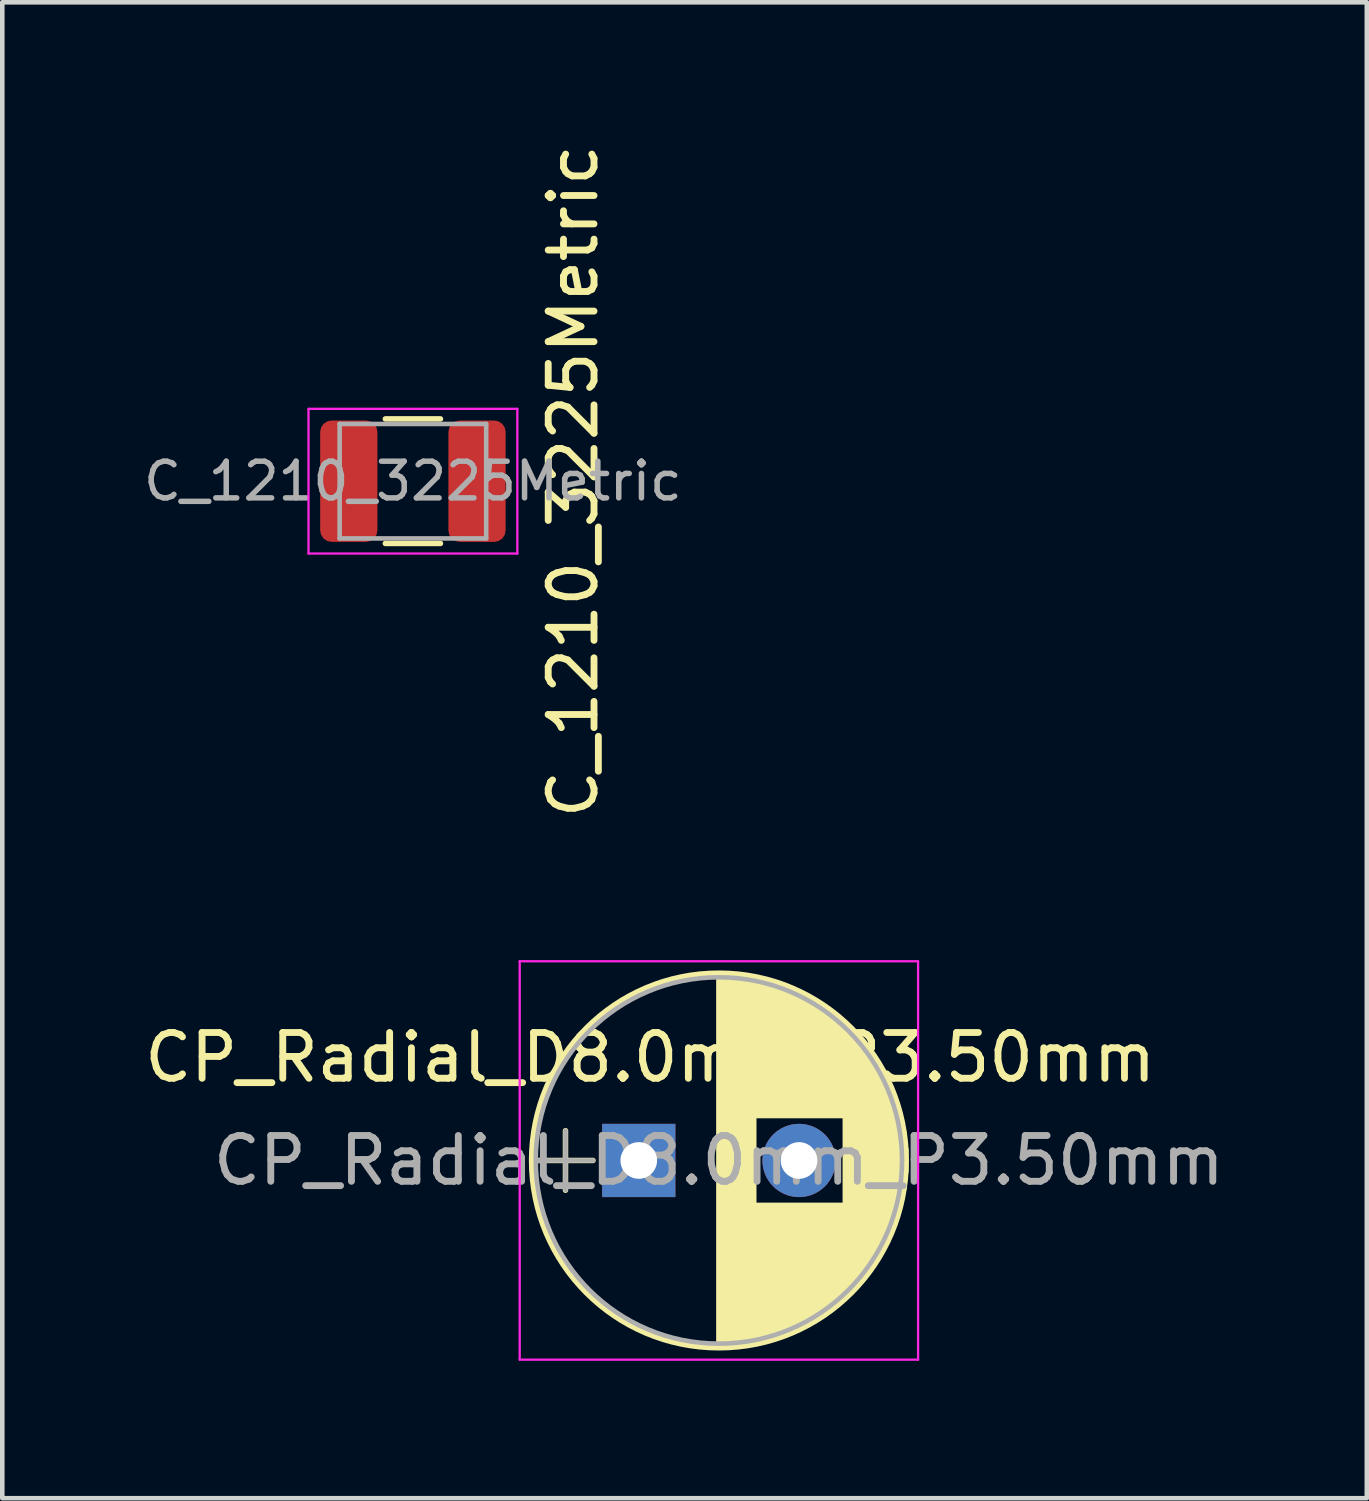
<source format=kicad_pcb>
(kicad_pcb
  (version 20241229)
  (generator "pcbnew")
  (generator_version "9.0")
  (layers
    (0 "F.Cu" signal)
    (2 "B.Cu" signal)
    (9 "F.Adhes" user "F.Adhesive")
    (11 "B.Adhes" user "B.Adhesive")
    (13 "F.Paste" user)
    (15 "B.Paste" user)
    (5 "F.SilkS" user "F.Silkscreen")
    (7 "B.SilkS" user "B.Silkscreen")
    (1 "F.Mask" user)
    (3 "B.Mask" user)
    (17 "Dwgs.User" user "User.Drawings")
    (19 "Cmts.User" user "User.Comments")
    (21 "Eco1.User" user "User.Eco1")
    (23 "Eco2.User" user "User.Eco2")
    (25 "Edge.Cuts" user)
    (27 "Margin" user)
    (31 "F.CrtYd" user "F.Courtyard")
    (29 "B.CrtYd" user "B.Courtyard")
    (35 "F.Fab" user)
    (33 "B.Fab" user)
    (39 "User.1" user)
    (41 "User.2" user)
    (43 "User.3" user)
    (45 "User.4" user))
  (footprint "CP_Radial_D8.0mm_P3.50mm"
    (layer "F.Cu")
    (at 10.899 22.292)
    (property "Reference" "CP_Radial_D8.0mm_P3.50mm" (at 0.25 -2.25 0) (layer "F.SilkS") (effects (font (size 1 1) (thickness 0.15))))
    (attr through_hole)
    (fp_line (start -2.2 0) (end -1 0) (stroke (width 0.12) (type solid)) (layer "F.SilkS"))
    (fp_line (start -1.6 -0.65) (end -1.6 0.65) (stroke (width 0.12) (type solid)) (layer "F.SilkS"))
    (fp_line (start 1.75 -4.05) (end 1.75 4.05) (stroke (width 0.12) (type solid)) (layer "F.SilkS"))
    (fp_line (start 1.79 -4.05) (end 1.79 4.05) (stroke (width 0.12) (type solid)) (layer "F.SilkS"))
    (fp_line (start 1.83 -4.05) (end 1.83 4.05) (stroke (width 0.12) (type solid)) (layer "F.SilkS"))
    (fp_line (start 1.87 -4.049) (end 1.87 4.049) (stroke (width 0.12) (type solid)) (layer "F.SilkS"))
    (fp_line (start 1.91 -4.047) (end 1.91 4.047) (stroke (width 0.12) (type solid)) (layer "F.SilkS"))
    (fp_line (start 1.95 -4.046) (end 1.95 4.046) (stroke (width 0.12) (type solid)) (layer "F.SilkS"))
    (fp_line (start 1.99 -4.043) (end 1.99 4.043) (stroke (width 0.12) (type solid)) (layer "F.SilkS"))
    (fp_line (start 2.03 -4.041) (end 2.03 4.041) (stroke (width 0.12) (type solid)) (layer "F.SilkS"))
    (fp_line (start 2.07 -4.038) (end 2.07 4.038) (stroke (width 0.12) (type solid)) (layer "F.SilkS"))
    (fp_line (start 2.11 -4.035) (end 2.11 4.035) (stroke (width 0.12) (type solid)) (layer "F.SilkS"))
    (fp_line (start 2.15 -4.031) (end 2.15 4.031) (stroke (width 0.12) (type solid)) (layer "F.SilkS"))
    (fp_line (start 2.19 -4.027) (end 2.19 4.027) (stroke (width 0.12) (type solid)) (layer "F.SilkS"))
    (fp_line (start 2.23 -4.022) (end 2.23 4.022) (stroke (width 0.12) (type solid)) (layer "F.SilkS"))
    (fp_line (start 2.27 -4.017) (end 2.27 4.017) (stroke (width 0.12) (type solid)) (layer "F.SilkS"))
    (fp_line (start 2.31 -4.012) (end 2.31 4.012) (stroke (width 0.12) (type solid)) (layer "F.SilkS"))
    (fp_line (start 2.35 -4.006) (end 2.35 4.006) (stroke (width 0.12) (type solid)) (layer "F.SilkS"))
    (fp_line (start 2.39 -4) (end 2.39 4) (stroke (width 0.12) (type solid)) (layer "F.SilkS"))
    (fp_line (start 2.43 -3.994) (end 2.43 3.994) (stroke (width 0.12) (type solid)) (layer "F.SilkS"))
    (fp_line (start 2.471 -3.987) (end 2.471 3.987) (stroke (width 0.12) (type solid)) (layer "F.SilkS"))
    (fp_line (start 2.511 -3.979) (end 2.511 3.979) (stroke (width 0.12) (type solid)) (layer "F.SilkS"))
    (fp_line (start 2.551 -3.971) (end 2.551 -0.98) (stroke (width 0.12) (type solid)) (layer "F.SilkS"))
    (fp_line (start 2.551 0.98) (end 2.551 3.971) (stroke (width 0.12) (type solid)) (layer "F.SilkS"))
    (fp_line (start 2.591 -3.963) (end 2.591 -0.98) (stroke (width 0.12) (type solid)) (layer "F.SilkS"))
    (fp_line (start 2.591 0.98) (end 2.591 3.963) (stroke (width 0.12) (type solid)) (layer "F.SilkS"))
    (fp_line (start 2.631 -3.955) (end 2.631 -0.98) (stroke (width 0.12) (type solid)) (layer "F.SilkS"))
    (fp_line (start 2.631 0.98) (end 2.631 3.955) (stroke (width 0.12) (type solid)) (layer "F.SilkS"))
    (fp_line (start 2.671 -3.946) (end 2.671 -0.98) (stroke (width 0.12) (type solid)) (layer "F.SilkS"))
    (fp_line (start 2.671 0.98) (end 2.671 3.946) (stroke (width 0.12) (type solid)) (layer "F.SilkS"))
    (fp_line (start 2.711 -3.936) (end 2.711 -0.98) (stroke (width 0.12) (type solid)) (layer "F.SilkS"))
    (fp_line (start 2.711 0.98) (end 2.711 3.936) (stroke (width 0.12) (type solid)) (layer "F.SilkS"))
    (fp_line (start 2.751 -3.926) (end 2.751 -0.98) (stroke (width 0.12) (type solid)) (layer "F.SilkS"))
    (fp_line (start 2.751 0.98) (end 2.751 3.926) (stroke (width 0.12) (type solid)) (layer "F.SilkS"))
    (fp_line (start 2.791 -3.916) (end 2.791 -0.98) (stroke (width 0.12) (type solid)) (layer "F.SilkS"))
    (fp_line (start 2.791 0.98) (end 2.791 3.916) (stroke (width 0.12) (type solid)) (layer "F.SilkS"))
    (fp_line (start 2.831 -3.905) (end 2.831 -0.98) (stroke (width 0.12) (type solid)) (layer "F.SilkS"))
    (fp_line (start 2.831 0.98) (end 2.831 3.905) (stroke (width 0.12) (type solid)) (layer "F.SilkS"))
    (fp_line (start 2.871 -3.894) (end 2.871 -0.98) (stroke (width 0.12) (type solid)) (layer "F.SilkS"))
    (fp_line (start 2.871 0.98) (end 2.871 3.894) (stroke (width 0.12) (type solid)) (layer "F.SilkS"))
    (fp_line (start 2.911 -3.883) (end 2.911 -0.98) (stroke (width 0.12) (type solid)) (layer "F.SilkS"))
    (fp_line (start 2.911 0.98) (end 2.911 3.883) (stroke (width 0.12) (type solid)) (layer "F.SilkS"))
    (fp_line (start 2.951 -3.87) (end 2.951 -0.98) (stroke (width 0.12) (type solid)) (layer "F.SilkS"))
    (fp_line (start 2.951 0.98) (end 2.951 3.87) (stroke (width 0.12) (type solid)) (layer "F.SilkS"))
    (fp_line (start 2.991 -3.858) (end 2.991 -0.98) (stroke (width 0.12) (type solid)) (layer "F.SilkS"))
    (fp_line (start 2.991 0.98) (end 2.991 3.858) (stroke (width 0.12) (type solid)) (layer "F.SilkS"))
    (fp_line (start 3.031 -3.845) (end 3.031 -0.98) (stroke (width 0.12) (type solid)) (layer "F.SilkS"))
    (fp_line (start 3.031 0.98) (end 3.031 3.845) (stroke (width 0.12) (type solid)) (layer "F.SilkS"))
    (fp_line (start 3.071 -3.832) (end 3.071 -0.98) (stroke (width 0.12) (type solid)) (layer "F.SilkS"))
    (fp_line (start 3.071 0.98) (end 3.071 3.832) (stroke (width 0.12) (type solid)) (layer "F.SilkS"))
    (fp_line (start 3.111 -3.818) (end 3.111 -0.98) (stroke (width 0.12) (type solid)) (layer "F.SilkS"))
    (fp_line (start 3.111 0.98) (end 3.111 3.818) (stroke (width 0.12) (type solid)) (layer "F.SilkS"))
    (fp_line (start 3.151 -3.803) (end 3.151 -0.98) (stroke (width 0.12) (type solid)) (layer "F.SilkS"))
    (fp_line (start 3.151 0.98) (end 3.151 3.803) (stroke (width 0.12) (type solid)) (layer "F.SilkS"))
    (fp_line (start 3.191 -3.789) (end 3.191 -0.98) (stroke (width 0.12) (type solid)) (layer "F.SilkS"))
    (fp_line (start 3.191 0.98) (end 3.191 3.789) (stroke (width 0.12) (type solid)) (layer "F.SilkS"))
    (fp_line (start 3.231 -3.773) (end 3.231 -0.98) (stroke (width 0.12) (type solid)) (layer "F.SilkS"))
    (fp_line (start 3.231 0.98) (end 3.231 3.773) (stroke (width 0.12) (type solid)) (layer "F.SilkS"))
    (fp_line (start 3.271 -3.758) (end 3.271 -0.98) (stroke (width 0.12) (type solid)) (layer "F.SilkS"))
    (fp_line (start 3.271 0.98) (end 3.271 3.758) (stroke (width 0.12) (type solid)) (layer "F.SilkS"))
    (fp_line (start 3.311 -3.741) (end 3.311 -0.98) (stroke (width 0.12) (type solid)) (layer "F.SilkS"))
    (fp_line (start 3.311 0.98) (end 3.311 3.741) (stroke (width 0.12) (type solid)) (layer "F.SilkS"))
    (fp_line (start 3.351 -3.725) (end 3.351 -0.98) (stroke (width 0.12) (type solid)) (layer "F.SilkS"))
    (fp_line (start 3.351 0.98) (end 3.351 3.725) (stroke (width 0.12) (type solid)) (layer "F.SilkS"))
    (fp_line (start 3.391 -3.707) (end 3.391 -0.98) (stroke (width 0.12) (type solid)) (layer "F.SilkS"))
    (fp_line (start 3.391 0.98) (end 3.391 3.707) (stroke (width 0.12) (type solid)) (layer "F.SilkS"))
    (fp_line (start 3.431 -3.69) (end 3.431 -0.98) (stroke (width 0.12) (type solid)) (layer "F.SilkS"))
    (fp_line (start 3.431 0.98) (end 3.431 3.69) (stroke (width 0.12) (type solid)) (layer "F.SilkS"))
    (fp_line (start 3.471 -3.671) (end 3.471 -0.98) (stroke (width 0.12) (type solid)) (layer "F.SilkS"))
    (fp_line (start 3.471 0.98) (end 3.471 3.671) (stroke (width 0.12) (type solid)) (layer "F.SilkS"))
    (fp_line (start 3.511 -3.652) (end 3.511 -0.98) (stroke (width 0.12) (type solid)) (layer "F.SilkS"))
    (fp_line (start 3.511 0.98) (end 3.511 3.652) (stroke (width 0.12) (type solid)) (layer "F.SilkS"))
    (fp_line (start 3.551 -3.633) (end 3.551 -0.98) (stroke (width 0.12) (type solid)) (layer "F.SilkS"))
    (fp_line (start 3.551 0.98) (end 3.551 3.633) (stroke (width 0.12) (type solid)) (layer "F.SilkS"))
    (fp_line (start 3.591 -3.613) (end 3.591 -0.98) (stroke (width 0.12) (type solid)) (layer "F.SilkS"))
    (fp_line (start 3.591 0.98) (end 3.591 3.613) (stroke (width 0.12) (type solid)) (layer "F.SilkS"))
    (fp_line (start 3.631 -3.593) (end 3.631 -0.98) (stroke (width 0.12) (type solid)) (layer "F.SilkS"))
    (fp_line (start 3.631 0.98) (end 3.631 3.593) (stroke (width 0.12) (type solid)) (layer "F.SilkS"))
    (fp_line (start 3.671 -3.572) (end 3.671 -0.98) (stroke (width 0.12) (type solid)) (layer "F.SilkS"))
    (fp_line (start 3.671 0.98) (end 3.671 3.572) (stroke (width 0.12) (type solid)) (layer "F.SilkS"))
    (fp_line (start 3.711 -3.55) (end 3.711 -0.98) (stroke (width 0.12) (type solid)) (layer "F.SilkS"))
    (fp_line (start 3.711 0.98) (end 3.711 3.55) (stroke (width 0.12) (type solid)) (layer "F.SilkS"))
    (fp_line (start 3.751 -3.528) (end 3.751 -0.98) (stroke (width 0.12) (type solid)) (layer "F.SilkS"))
    (fp_line (start 3.751 0.98) (end 3.751 3.528) (stroke (width 0.12) (type solid)) (layer "F.SilkS"))
    (fp_line (start 3.791 -3.505) (end 3.791 -0.98) (stroke (width 0.12) (type solid)) (layer "F.SilkS"))
    (fp_line (start 3.791 0.98) (end 3.791 3.505) (stroke (width 0.12) (type solid)) (layer "F.SilkS"))
    (fp_line (start 3.831 -3.482) (end 3.831 -0.98) (stroke (width 0.12) (type solid)) (layer "F.SilkS"))
    (fp_line (start 3.831 0.98) (end 3.831 3.482) (stroke (width 0.12) (type solid)) (layer "F.SilkS"))
    (fp_line (start 3.871 -3.458) (end 3.871 -0.98) (stroke (width 0.12) (type solid)) (layer "F.SilkS"))
    (fp_line (start 3.871 0.98) (end 3.871 3.458) (stroke (width 0.12) (type solid)) (layer "F.SilkS"))
    (fp_line (start 3.911 -3.434) (end 3.911 -0.98) (stroke (width 0.12) (type solid)) (layer "F.SilkS"))
    (fp_line (start 3.911 0.98) (end 3.911 3.434) (stroke (width 0.12) (type solid)) (layer "F.SilkS"))
    (fp_line (start 3.951 -3.408) (end 3.951 -0.98) (stroke (width 0.12) (type solid)) (layer "F.SilkS"))
    (fp_line (start 3.951 0.98) (end 3.951 3.408) (stroke (width 0.12) (type solid)) (layer "F.SilkS"))
    (fp_line (start 3.991 -3.383) (end 3.991 -0.98) (stroke (width 0.12) (type solid)) (layer "F.SilkS"))
    (fp_line (start 3.991 0.98) (end 3.991 3.383) (stroke (width 0.12) (type solid)) (layer "F.SilkS"))
    (fp_line (start 4.031 -3.356) (end 4.031 -0.98) (stroke (width 0.12) (type solid)) (layer "F.SilkS"))
    (fp_line (start 4.031 0.98) (end 4.031 3.356) (stroke (width 0.12) (type solid)) (layer "F.SilkS"))
    (fp_line (start 4.071 -3.329) (end 4.071 -0.98) (stroke (width 0.12) (type solid)) (layer "F.SilkS"))
    (fp_line (start 4.071 0.98) (end 4.071 3.329) (stroke (width 0.12) (type solid)) (layer "F.SilkS"))
    (fp_line (start 4.111 -3.301) (end 4.111 -0.98) (stroke (width 0.12) (type solid)) (layer "F.SilkS"))
    (fp_line (start 4.111 0.98) (end 4.111 3.301) (stroke (width 0.12) (type solid)) (layer "F.SilkS"))
    (fp_line (start 4.151 -3.272) (end 4.151 -0.98) (stroke (width 0.12) (type solid)) (layer "F.SilkS"))
    (fp_line (start 4.151 0.98) (end 4.151 3.272) (stroke (width 0.12) (type solid)) (layer "F.SilkS"))
    (fp_line (start 4.191 -3.243) (end 4.191 -0.98) (stroke (width 0.12) (type solid)) (layer "F.SilkS"))
    (fp_line (start 4.191 0.98) (end 4.191 3.243) (stroke (width 0.12) (type solid)) (layer "F.SilkS"))
    (fp_line (start 4.231 -3.213) (end 4.231 -0.98) (stroke (width 0.12) (type solid)) (layer "F.SilkS"))
    (fp_line (start 4.231 0.98) (end 4.231 3.213) (stroke (width 0.12) (type solid)) (layer "F.SilkS"))
    (fp_line (start 4.271 -3.182) (end 4.271 -0.98) (stroke (width 0.12) (type solid)) (layer "F.SilkS"))
    (fp_line (start 4.271 0.98) (end 4.271 3.182) (stroke (width 0.12) (type solid)) (layer "F.SilkS"))
    (fp_line (start 4.311 -3.15) (end 4.311 -0.98) (stroke (width 0.12) (type solid)) (layer "F.SilkS"))
    (fp_line (start 4.311 0.98) (end 4.311 3.15) (stroke (width 0.12) (type solid)) (layer "F.SilkS"))
    (fp_line (start 4.351 -3.118) (end 4.351 -0.98) (stroke (width 0.12) (type solid)) (layer "F.SilkS"))
    (fp_line (start 4.351 0.98) (end 4.351 3.118) (stroke (width 0.12) (type solid)) (layer "F.SilkS"))
    (fp_line (start 4.391 -3.084) (end 4.391 -0.98) (stroke (width 0.12) (type solid)) (layer "F.SilkS"))
    (fp_line (start 4.391 0.98) (end 4.391 3.084) (stroke (width 0.12) (type solid)) (layer "F.SilkS"))
    (fp_line (start 4.431 -3.05) (end 4.431 -0.98) (stroke (width 0.12) (type solid)) (layer "F.SilkS"))
    (fp_line (start 4.431 0.98) (end 4.431 3.05) (stroke (width 0.12) (type solid)) (layer "F.SilkS"))
    (fp_line (start 4.471 -3.015) (end 4.471 -0.98) (stroke (width 0.12) (type solid)) (layer "F.SilkS"))
    (fp_line (start 4.471 0.98) (end 4.471 3.015) (stroke (width 0.12) (type solid)) (layer "F.SilkS"))
    (fp_line (start 4.511 -2.979) (end 4.511 2.979) (stroke (width 0.12) (type solid)) (layer "F.SilkS"))
    (fp_line (start 4.551 -2.942) (end 4.551 2.942) (stroke (width 0.12) (type solid)) (layer "F.SilkS"))
    (fp_line (start 4.591 -2.904) (end 4.591 2.904) (stroke (width 0.12) (type solid)) (layer "F.SilkS"))
    (fp_line (start 4.631 -2.865) (end 4.631 2.865) (stroke (width 0.12) (type solid)) (layer "F.SilkS"))
    (fp_line (start 4.671 -2.824) (end 4.671 2.824) (stroke (width 0.12) (type solid)) (layer "F.SilkS"))
    (fp_line (start 4.711 -2.783) (end 4.711 2.783) (stroke (width 0.12) (type solid)) (layer "F.SilkS"))
    (fp_line (start 4.751 -2.74) (end 4.751 2.74) (stroke (width 0.12) (type solid)) (layer "F.SilkS"))
    (fp_line (start 4.791 -2.697) (end 4.791 2.697) (stroke (width 0.12) (type solid)) (layer "F.SilkS"))
    (fp_line (start 4.831 -2.652) (end 4.831 2.652) (stroke (width 0.12) (type solid)) (layer "F.SilkS"))
    (fp_line (start 4.871 -2.605) (end 4.871 2.605) (stroke (width 0.12) (type solid)) (layer "F.SilkS"))
    (fp_line (start 4.911 -2.557) (end 4.911 2.557) (stroke (width 0.12) (type solid)) (layer "F.SilkS"))
    (fp_line (start 4.951 -2.508) (end 4.951 2.508) (stroke (width 0.12) (type solid)) (layer "F.SilkS"))
    (fp_line (start 4.991 -2.457) (end 4.991 2.457) (stroke (width 0.12) (type solid)) (layer "F.SilkS"))
    (fp_line (start 5.031 -2.404) (end 5.031 2.404) (stroke (width 0.12) (type solid)) (layer "F.SilkS"))
    (fp_line (start 5.071 -2.349) (end 5.071 2.349) (stroke (width 0.12) (type solid)) (layer "F.SilkS"))
    (fp_line (start 5.111 -2.293) (end 5.111 2.293) (stroke (width 0.12) (type solid)) (layer "F.SilkS"))
    (fp_line (start 5.151 -2.234) (end 5.151 2.234) (stroke (width 0.12) (type solid)) (layer "F.SilkS"))
    (fp_line (start 5.191 -2.173) (end 5.191 2.173) (stroke (width 0.12) (type solid)) (layer "F.SilkS"))
    (fp_line (start 5.231 -2.109) (end 5.231 2.109) (stroke (width 0.12) (type solid)) (layer "F.SilkS"))
    (fp_line (start 5.271 -2.043) (end 5.271 2.043) (stroke (width 0.12) (type solid)) (layer "F.SilkS"))
    (fp_line (start 5.311 -1.974) (end 5.311 1.974) (stroke (width 0.12) (type solid)) (layer "F.SilkS"))
    (fp_line (start 5.351 -1.902) (end 5.351 1.902) (stroke (width 0.12) (type solid)) (layer "F.SilkS"))
    (fp_line (start 5.391 -1.826) (end 5.391 1.826) (stroke (width 0.12) (type solid)) (layer "F.SilkS"))
    (fp_line (start 5.431 -1.745) (end 5.431 1.745) (stroke (width 0.12) (type solid)) (layer "F.SilkS"))
    (fp_line (start 5.471 -1.66) (end 5.471 1.66) (stroke (width 0.12) (type solid)) (layer "F.SilkS"))
    (fp_line (start 5.511 -1.57) (end 5.511 1.57) (stroke (width 0.12) (type solid)) (layer "F.SilkS"))
    (fp_line (start 5.551 -1.473) (end 5.551 1.473) (stroke (width 0.12) (type solid)) (layer "F.SilkS"))
    (fp_line (start 5.591 -1.369) (end 5.591 1.369) (stroke (width 0.12) (type solid)) (layer "F.SilkS"))
    (fp_line (start 5.631 -1.254) (end 5.631 1.254) (stroke (width 0.12) (type solid)) (layer "F.SilkS"))
    (fp_line (start 5.671 -1.127) (end 5.671 1.127) (stroke (width 0.12) (type solid)) (layer "F.SilkS"))
    (fp_line (start 5.711 -0.983) (end 5.711 0.983) (stroke (width 0.12) (type solid)) (layer "F.SilkS"))
    (fp_line (start 5.751 -0.814) (end 5.751 0.814) (stroke (width 0.12) (type solid)) (layer "F.SilkS"))
    (fp_line (start 5.791 -0.598) (end 5.791 0.598) (stroke (width 0.12) (type solid)) (layer "F.SilkS"))
    (fp_line (start 5.831 -0.246) (end 5.831 0.246) (stroke (width 0.12) (type solid)) (layer "F.SilkS"))
    (fp_circle (center 1.75 0) (end 5.84 0) (stroke (width 0.12) (type solid)) (fill no) (layer "F.SilkS"))
    (fp_line (start -2.6 -4.35) (end -2.6 4.35) (stroke (width 0.05) (type solid)) (layer "F.CrtYd"))
    (fp_line (start -2.6 4.35) (end 6.1 4.35) (stroke (width 0.05) (type solid)) (layer "F.CrtYd"))
    (fp_line (start 6.1 -4.35) (end -2.6 -4.35) (stroke (width 0.05) (type solid)) (layer "F.CrtYd"))
    (fp_line (start 6.1 4.35) (end 6.1 -4.35) (stroke (width 0.05) (type solid)) (layer "F.CrtYd"))
    (fp_line (start -2.2 0) (end -1 0) (stroke (width 0.1) (type solid)) (layer "F.Fab"))
    (fp_line (start -1.6 -0.65) (end -1.6 0.65) (stroke (width 0.1) (type solid)) (layer "F.Fab"))
    (fp_circle (center 1.75 0) (end 5.75 0) (stroke (width 0.1) (type solid)) (fill no) (layer "F.Fab"))
    (fp_text user "${REFERENCE}" (at 1.75 0 0) (layer "F.Fab") (effects (font (size 1 1) (thickness 0.15))))
    (pad "1" thru_hole rect (at 0 0) (size 1.6 1.6) (drill 0.8) (layers "*.Cu" "*.Mask"))
    (pad "2" thru_hole circle (at 3.5 0) (size 1.6 1.6) (drill 0.8) (layers "*.Cu" "*.Mask")))
  (footprint "C_1210_3225Metric"
    (layer "F.Cu")
    (at 5.967 7.458)
    (property "Reference" "C_1210_3225Metric" (at 3.5 0 270) (layer "F.SilkS") (effects (font (size 1 1) (thickness 0.15))))
    (attr smd)
    (fp_line (start -0.602 -1.36) (end 0.602 -1.36) (stroke (width 0.12) (type solid)) (layer "F.SilkS"))
    (fp_line (start -0.602 1.36) (end 0.602 1.36) (stroke (width 0.12) (type solid)) (layer "F.SilkS"))
    (fp_line (start -2.28 -1.58) (end 2.28 -1.58) (stroke (width 0.05) (type solid)) (layer "F.CrtYd"))
    (fp_line (start -2.28 1.58) (end -2.28 -1.58) (stroke (width 0.05) (type solid)) (layer "F.CrtYd"))
    (fp_line (start 2.28 -1.58) (end 2.28 1.58) (stroke (width 0.05) (type solid)) (layer "F.CrtYd"))
    (fp_line (start 2.28 1.58) (end -2.28 1.58) (stroke (width 0.05) (type solid)) (layer "F.CrtYd"))
    (fp_line (start -1.6 -1.25) (end 1.6 -1.25) (stroke (width 0.1) (type solid)) (layer "F.Fab"))
    (fp_line (start -1.6 1.25) (end -1.6 -1.25) (stroke (width 0.1) (type solid)) (layer "F.Fab"))
    (fp_line (start 1.6 -1.25) (end 1.6 1.25) (stroke (width 0.1) (type solid)) (layer "F.Fab"))
    (fp_line (start 1.6 1.25) (end -1.6 1.25) (stroke (width 0.1) (type solid)) (layer "F.Fab"))
    (fp_text user "${REFERENCE}" (at 0 0 0) (layer "F.Fab") (effects (font (size 0.8 0.8) (thickness 0.12))))
    (pad "1" smd roundrect (at -1.4 0) (size 1.25 2.65) (layers "F.Cu" "F.Mask" "F.Paste") (roundrect_rratio 0.2))
    (pad "2" smd roundrect (at 1.4 0) (size 1.25 2.65) (layers "F.Cu" "F.Mask" "F.Paste") (roundrect_rratio 0.2)))
  (gr_rect
    (start -3 -3)
    (end 26.798 29.667)
    (stroke (width 0.1) (type default))
    (fill no)
    (layer "Edge.Cuts")))
</source>
